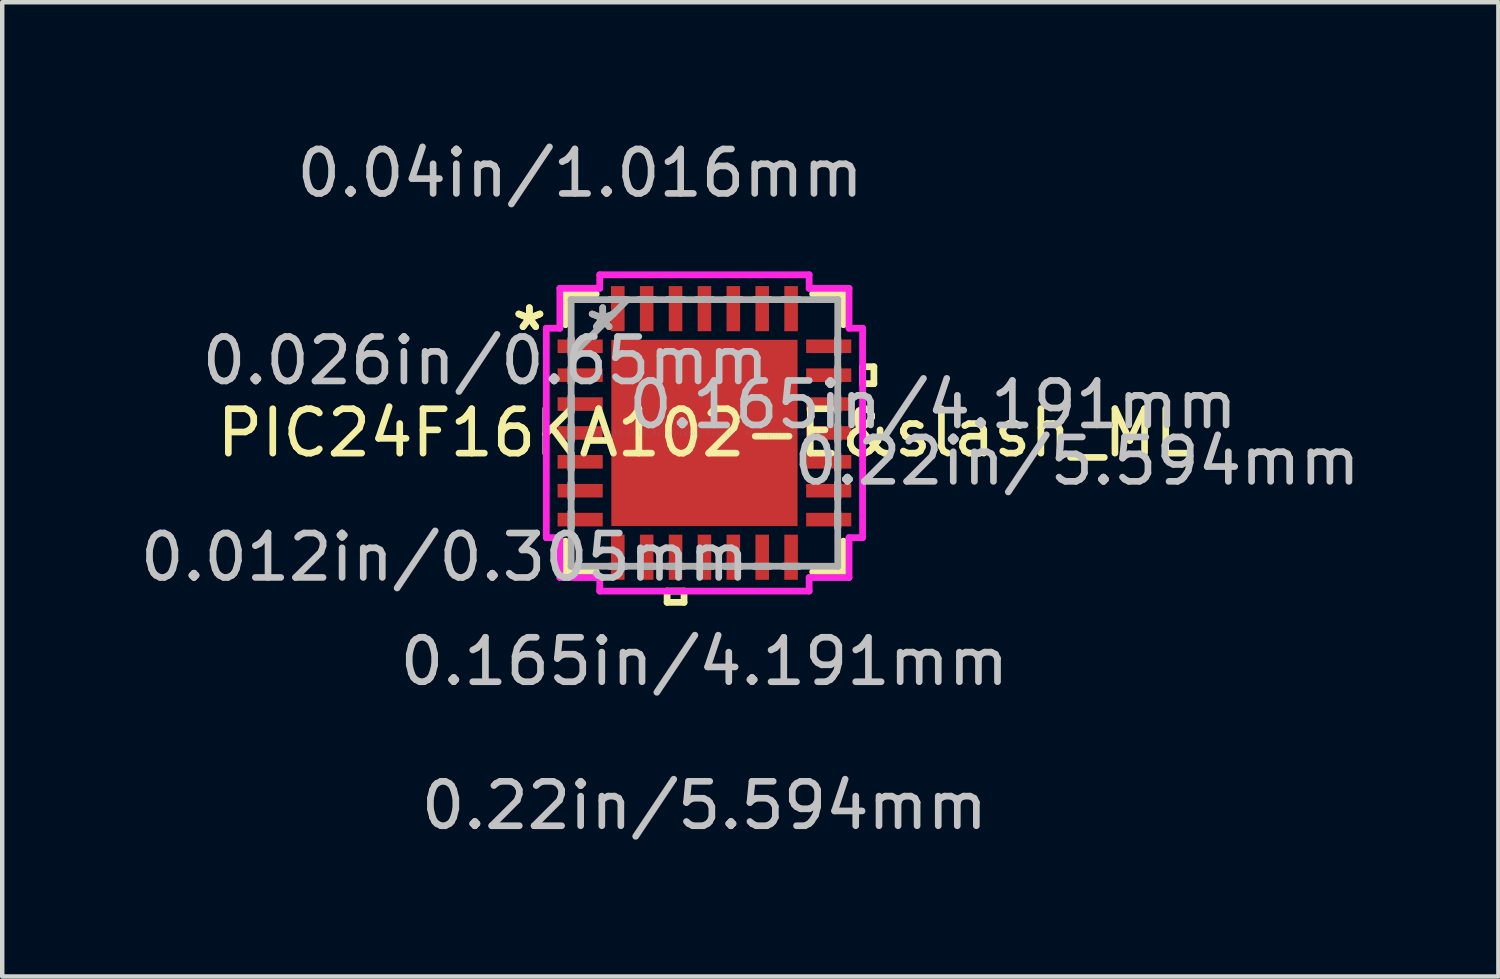
<source format=kicad_pcb>
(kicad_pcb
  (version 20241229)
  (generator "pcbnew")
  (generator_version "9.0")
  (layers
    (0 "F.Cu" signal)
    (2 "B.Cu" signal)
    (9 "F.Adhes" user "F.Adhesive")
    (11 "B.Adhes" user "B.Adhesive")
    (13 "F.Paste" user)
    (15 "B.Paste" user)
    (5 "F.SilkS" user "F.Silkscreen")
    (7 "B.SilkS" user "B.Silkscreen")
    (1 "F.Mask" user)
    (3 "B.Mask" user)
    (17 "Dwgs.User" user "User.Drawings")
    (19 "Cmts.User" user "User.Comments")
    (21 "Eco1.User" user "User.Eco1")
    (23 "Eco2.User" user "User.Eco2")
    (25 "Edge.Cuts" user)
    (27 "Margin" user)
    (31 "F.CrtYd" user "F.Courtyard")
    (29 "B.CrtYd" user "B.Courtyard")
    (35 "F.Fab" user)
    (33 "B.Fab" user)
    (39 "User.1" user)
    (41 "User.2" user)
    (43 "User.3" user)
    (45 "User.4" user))
  (footprint "PIC24F16KA102-E&slash_ML"
    (layer "F.Cu")
    (at 12.803 6.693)
    (property "Reference" "PIC24F16KA102-E&slash_ML" (at 0 0 0) (layer "F.SilkS") (effects (font (size 1 1) (thickness 0.15))))
    (attr through_hole)
    (fp_line (start -3.127 -3.127) (end -3.127 -2.435) (stroke (width 0.152) (type solid)) (layer "F.SilkS"))
    (fp_line (start -3.127 2.435) (end -3.127 3.127) (stroke (width 0.152) (type solid)) (layer "F.SilkS"))
    (fp_line (start -3.127 3.127) (end -2.435 3.127) (stroke (width 0.152) (type solid)) (layer "F.SilkS"))
    (fp_line (start -2.435 -3.127) (end -3.127 -3.127) (stroke (width 0.152) (type solid)) (layer "F.SilkS"))
    (fp_line (start -0.84 3.559) (end -0.84 3.813) (stroke (width 0.152) (type solid)) (layer "F.SilkS"))
    (fp_line (start -0.84 3.813) (end -0.459 3.813) (stroke (width 0.152) (type solid)) (layer "F.SilkS"))
    (fp_line (start -0.459 3.559) (end -0.84 3.559) (stroke (width 0.152) (type solid)) (layer "F.SilkS"))
    (fp_line (start -0.459 3.813) (end -0.459 3.559) (stroke (width 0.152) (type solid)) (layer "F.SilkS"))
    (fp_line (start 2.435 3.127) (end 3.127 3.127) (stroke (width 0.152) (type solid)) (layer "F.SilkS"))
    (fp_line (start 3.127 -3.127) (end 2.435 -3.127) (stroke (width 0.152) (type solid)) (layer "F.SilkS"))
    (fp_line (start 3.127 -2.435) (end 3.127 -3.127) (stroke (width 0.152) (type solid)) (layer "F.SilkS"))
    (fp_line (start 3.127 3.127) (end 3.127 2.435) (stroke (width 0.152) (type solid)) (layer "F.SilkS"))
    (fp_line (start 3.559 -1.49) (end 3.813 -1.49) (stroke (width 0.152) (type solid)) (layer "F.SilkS"))
    (fp_line (start 3.559 -1.109) (end 3.559 -1.49) (stroke (width 0.152) (type solid)) (layer "F.SilkS"))
    (fp_line (start 3.813 -1.49) (end 3.813 -1.109) (stroke (width 0.152) (type solid)) (layer "F.SilkS"))
    (fp_line (start 3.813 -1.109) (end 3.559 -1.109) (stroke (width 0.152) (type solid)) (layer "F.SilkS"))
    (fp_line (start -1.996 -1.996) (end -1.996 -0.798) (stroke (width 0.152) (type solid)) (layer "F.Paste"))
    (fp_line (start -1.996 -0.798) (end -0.798 -0.798) (stroke (width 0.152) (type solid)) (layer "F.Paste"))
    (fp_line (start -1.996 -0.599) (end -1.996 0.599) (stroke (width 0.152) (type solid)) (layer "F.Paste"))
    (fp_line (start -1.996 0.599) (end -0.798 0.599) (stroke (width 0.152) (type solid)) (layer "F.Paste"))
    (fp_line (start -1.996 0.798) (end -1.996 1.996) (stroke (width 0.152) (type solid)) (layer "F.Paste"))
    (fp_line (start -1.996 1.996) (end -0.798 1.996) (stroke (width 0.152) (type solid)) (layer "F.Paste"))
    (fp_line (start -0.798 -1.996) (end -1.996 -1.996) (stroke (width 0.152) (type solid)) (layer "F.Paste"))
    (fp_line (start -0.798 -0.798) (end -0.798 -1.996) (stroke (width 0.152) (type solid)) (layer "F.Paste"))
    (fp_line (start -0.798 -0.599) (end -1.996 -0.599) (stroke (width 0.152) (type solid)) (layer "F.Paste"))
    (fp_line (start -0.798 0.599) (end -0.798 -0.599) (stroke (width 0.152) (type solid)) (layer "F.Paste"))
    (fp_line (start -0.798 0.798) (end -1.996 0.798) (stroke (width 0.152) (type solid)) (layer "F.Paste"))
    (fp_line (start -0.798 1.996) (end -0.798 0.798) (stroke (width 0.152) (type solid)) (layer "F.Paste"))
    (fp_line (start -0.599 -1.996) (end -0.599 -0.798) (stroke (width 0.152) (type solid)) (layer "F.Paste"))
    (fp_line (start -0.599 -0.798) (end 0.599 -0.798) (stroke (width 0.152) (type solid)) (layer "F.Paste"))
    (fp_line (start -0.599 -0.599) (end -0.599 0.599) (stroke (width 0.152) (type solid)) (layer "F.Paste"))
    (fp_line (start -0.599 0.599) (end 0.599 0.599) (stroke (width 0.152) (type solid)) (layer "F.Paste"))
    (fp_line (start -0.599 0.798) (end -0.599 1.996) (stroke (width 0.152) (type solid)) (layer "F.Paste"))
    (fp_line (start -0.599 1.996) (end 0.599 1.996) (stroke (width 0.152) (type solid)) (layer "F.Paste"))
    (fp_line (start 0.599 -1.996) (end -0.599 -1.996) (stroke (width 0.152) (type solid)) (layer "F.Paste"))
    (fp_line (start 0.599 -0.798) (end 0.599 -1.996) (stroke (width 0.152) (type solid)) (layer "F.Paste"))
    (fp_line (start 0.599 -0.599) (end -0.599 -0.599) (stroke (width 0.152) (type solid)) (layer "F.Paste"))
    (fp_line (start 0.599 0.599) (end 0.599 -0.599) (stroke (width 0.152) (type solid)) (layer "F.Paste"))
    (fp_line (start 0.599 0.798) (end -0.599 0.798) (stroke (width 0.152) (type solid)) (layer "F.Paste"))
    (fp_line (start 0.599 1.996) (end 0.599 0.798) (stroke (width 0.152) (type solid)) (layer "F.Paste"))
    (fp_line (start 0.798 -1.996) (end 0.798 -0.798) (stroke (width 0.152) (type solid)) (layer "F.Paste"))
    (fp_line (start 0.798 -0.798) (end 1.996 -0.798) (stroke (width 0.152) (type solid)) (layer "F.Paste"))
    (fp_line (start 0.798 -0.599) (end 0.798 0.599) (stroke (width 0.152) (type solid)) (layer "F.Paste"))
    (fp_line (start 0.798 0.599) (end 1.996 0.599) (stroke (width 0.152) (type solid)) (layer "F.Paste"))
    (fp_line (start 0.798 0.798) (end 0.798 1.996) (stroke (width 0.152) (type solid)) (layer "F.Paste"))
    (fp_line (start 0.798 1.996) (end 1.996 1.996) (stroke (width 0.152) (type solid)) (layer "F.Paste"))
    (fp_line (start 1.996 -1.996) (end 0.798 -1.996) (stroke (width 0.152) (type solid)) (layer "F.Paste"))
    (fp_line (start 1.996 -0.798) (end 1.996 -1.996) (stroke (width 0.152) (type solid)) (layer "F.Paste"))
    (fp_line (start 1.996 -0.599) (end 0.798 -0.599) (stroke (width 0.152) (type solid)) (layer "F.Paste"))
    (fp_line (start 1.996 0.599) (end 1.996 -0.599) (stroke (width 0.152) (type solid)) (layer "F.Paste"))
    (fp_line (start 1.996 0.798) (end 0.798 0.798) (stroke (width 0.152) (type solid)) (layer "F.Paste"))
    (fp_line (start 1.996 1.996) (end 1.996 0.798) (stroke (width 0.152) (type solid)) (layer "F.Paste"))
    (fp_line (start -3.559 -2.356) (end -3.254 -2.356) (stroke (width 0.152) (type solid)) (layer "F.CrtYd"))
    (fp_line (start -3.559 2.356) (end -3.559 -2.356) (stroke (width 0.152) (type solid)) (layer "F.CrtYd"))
    (fp_line (start -3.254 -3.254) (end -2.356 -3.254) (stroke (width 0.152) (type solid)) (layer "F.CrtYd"))
    (fp_line (start -3.254 -2.356) (end -3.254 -3.254) (stroke (width 0.152) (type solid)) (layer "F.CrtYd"))
    (fp_line (start -3.254 2.356) (end -3.559 2.356) (stroke (width 0.152) (type solid)) (layer "F.CrtYd"))
    (fp_line (start -3.254 3.254) (end -3.254 2.356) (stroke (width 0.152) (type solid)) (layer "F.CrtYd"))
    (fp_line (start -2.356 -3.559) (end 2.356 -3.559) (stroke (width 0.152) (type solid)) (layer "F.CrtYd"))
    (fp_line (start -2.356 -3.254) (end -2.356 -3.559) (stroke (width 0.152) (type solid)) (layer "F.CrtYd"))
    (fp_line (start -2.356 3.254) (end -3.254 3.254) (stroke (width 0.152) (type solid)) (layer "F.CrtYd"))
    (fp_line (start -2.356 3.559) (end -2.356 3.254) (stroke (width 0.152) (type solid)) (layer "F.CrtYd"))
    (fp_line (start 2.356 -3.559) (end 2.356 -3.254) (stroke (width 0.152) (type solid)) (layer "F.CrtYd"))
    (fp_line (start 2.356 -3.254) (end 3.254 -3.254) (stroke (width 0.152) (type solid)) (layer "F.CrtYd"))
    (fp_line (start 2.356 3.254) (end 2.356 3.559) (stroke (width 0.152) (type solid)) (layer "F.CrtYd"))
    (fp_line (start 2.356 3.559) (end -2.356 3.559) (stroke (width 0.152) (type solid)) (layer "F.CrtYd"))
    (fp_line (start 3.254 -3.254) (end 3.254 -2.356) (stroke (width 0.152) (type solid)) (layer "F.CrtYd"))
    (fp_line (start 3.254 -2.356) (end 3.559 -2.356) (stroke (width 0.152) (type solid)) (layer "F.CrtYd"))
    (fp_line (start 3.254 2.356) (end 3.254 3.254) (stroke (width 0.152) (type solid)) (layer "F.CrtYd"))
    (fp_line (start 3.254 3.254) (end 2.356 3.254) (stroke (width 0.152) (type solid)) (layer "F.CrtYd"))
    (fp_line (start 3.559 -2.356) (end 3.559 2.356) (stroke (width 0.152) (type solid)) (layer "F.CrtYd"))
    (fp_line (start 3.559 2.356) (end 3.254 2.356) (stroke (width 0.152) (type solid)) (layer "F.CrtYd"))
    (fp_line (start -3 -3) (end -3 -3) (stroke (width 0.152) (type solid)) (layer "F.Fab"))
    (fp_line (start -3 -3) (end -3 3) (stroke (width 0.152) (type solid)) (layer "F.Fab"))
    (fp_line (start -3 -2.128) (end -3 -2.128) (stroke (width 0.152) (type solid)) (layer "F.Fab"))
    (fp_line (start -3 -2.128) (end -3 -1.772) (stroke (width 0.152) (type solid)) (layer "F.Fab"))
    (fp_line (start -3 -1.772) (end -3 -2.128) (stroke (width 0.152) (type solid)) (layer "F.Fab"))
    (fp_line (start -3 -1.772) (end -3 -1.772) (stroke (width 0.152) (type solid)) (layer "F.Fab"))
    (fp_line (start -3 -1.73) (end -1.73 -3) (stroke (width 0.152) (type solid)) (layer "F.Fab"))
    (fp_line (start -3 -1.478) (end -3 -1.478) (stroke (width 0.152) (type solid)) (layer "F.Fab"))
    (fp_line (start -3 -1.478) (end -3 -1.122) (stroke (width 0.152) (type solid)) (layer "F.Fab"))
    (fp_line (start -3 -1.122) (end -3 -1.478) (stroke (width 0.152) (type solid)) (layer "F.Fab"))
    (fp_line (start -3 -1.122) (end -3 -1.122) (stroke (width 0.152) (type solid)) (layer "F.Fab"))
    (fp_line (start -3 -0.828) (end -3 -0.828) (stroke (width 0.152) (type solid)) (layer "F.Fab"))
    (fp_line (start -3 -0.828) (end -3 -0.472) (stroke (width 0.152) (type solid)) (layer "F.Fab"))
    (fp_line (start -3 -0.472) (end -3 -0.828) (stroke (width 0.152) (type solid)) (layer "F.Fab"))
    (fp_line (start -3 -0.472) (end -3 -0.472) (stroke (width 0.152) (type solid)) (layer "F.Fab"))
    (fp_line (start -3 -0.178) (end -3 -0.178) (stroke (width 0.152) (type solid)) (layer "F.Fab"))
    (fp_line (start -3 -0.178) (end -3 0.178) (stroke (width 0.152) (type solid)) (layer "F.Fab"))
    (fp_line (start -3 0.178) (end -3 -0.178) (stroke (width 0.152) (type solid)) (layer "F.Fab"))
    (fp_line (start -3 0.178) (end -3 0.178) (stroke (width 0.152) (type solid)) (layer "F.Fab"))
    (fp_line (start -3 0.472) (end -3 0.472) (stroke (width 0.152) (type solid)) (layer "F.Fab"))
    (fp_line (start -3 0.472) (end -3 0.828) (stroke (width 0.152) (type solid)) (layer "F.Fab"))
    (fp_line (start -3 0.828) (end -3 0.472) (stroke (width 0.152) (type solid)) (layer "F.Fab"))
    (fp_line (start -3 0.828) (end -3 0.828) (stroke (width 0.152) (type solid)) (layer "F.Fab"))
    (fp_line (start -3 1.122) (end -3 1.122) (stroke (width 0.152) (type solid)) (layer "F.Fab"))
    (fp_line (start -3 1.122) (end -3 1.478) (stroke (width 0.152) (type solid)) (layer "F.Fab"))
    (fp_line (start -3 1.478) (end -3 1.122) (stroke (width 0.152) (type solid)) (layer "F.Fab"))
    (fp_line (start -3 1.478) (end -3 1.478) (stroke (width 0.152) (type solid)) (layer "F.Fab"))
    (fp_line (start -3 1.772) (end -3 1.772) (stroke (width 0.152) (type solid)) (layer "F.Fab"))
    (fp_line (start -3 1.772) (end -3 2.128) (stroke (width 0.152) (type solid)) (layer "F.Fab"))
    (fp_line (start -3 2.128) (end -3 1.772) (stroke (width 0.152) (type solid)) (layer "F.Fab"))
    (fp_line (start -3 2.128) (end -3 2.128) (stroke (width 0.152) (type solid)) (layer "F.Fab"))
    (fp_line (start -3 3) (end -3 3) (stroke (width 0.152) (type solid)) (layer "F.Fab"))
    (fp_line (start -3 3) (end 3 3) (stroke (width 0.152) (type solid)) (layer "F.Fab"))
    (fp_line (start -2.128 -3) (end -2.128 -3) (stroke (width 0.152) (type solid)) (layer "F.Fab"))
    (fp_line (start -2.128 -3) (end -1.772 -3) (stroke (width 0.152) (type solid)) (layer "F.Fab"))
    (fp_line (start -2.128 3) (end -2.128 3) (stroke (width 0.152) (type solid)) (layer "F.Fab"))
    (fp_line (start -2.128 3) (end -1.772 3) (stroke (width 0.152) (type solid)) (layer "F.Fab"))
    (fp_line (start -1.772 -3) (end -2.128 -3) (stroke (width 0.152) (type solid)) (layer "F.Fab"))
    (fp_line (start -1.772 -3) (end -1.772 -3) (stroke (width 0.152) (type solid)) (layer "F.Fab"))
    (fp_line (start -1.772 3) (end -2.128 3) (stroke (width 0.152) (type solid)) (layer "F.Fab"))
    (fp_line (start -1.772 3) (end -1.772 3) (stroke (width 0.152) (type solid)) (layer "F.Fab"))
    (fp_line (start -1.478 -3) (end -1.478 -3) (stroke (width 0.152) (type solid)) (layer "F.Fab"))
    (fp_line (start -1.478 -3) (end -1.122 -3) (stroke (width 0.152) (type solid)) (layer "F.Fab"))
    (fp_line (start -1.478 3) (end -1.478 3) (stroke (width 0.152) (type solid)) (layer "F.Fab"))
    (fp_line (start -1.478 3) (end -1.122 3) (stroke (width 0.152) (type solid)) (layer "F.Fab"))
    (fp_line (start -1.122 -3) (end -1.478 -3) (stroke (width 0.152) (type solid)) (layer "F.Fab"))
    (fp_line (start -1.122 -3) (end -1.122 -3) (stroke (width 0.152) (type solid)) (layer "F.Fab"))
    (fp_line (start -1.122 3) (end -1.478 3) (stroke (width 0.152) (type solid)) (layer "F.Fab"))
    (fp_line (start -1.122 3) (end -1.122 3) (stroke (width 0.152) (type solid)) (layer "F.Fab"))
    (fp_line (start -0.828 -3) (end -0.828 -3) (stroke (width 0.152) (type solid)) (layer "F.Fab"))
    (fp_line (start -0.828 -3) (end -0.472 -3) (stroke (width 0.152) (type solid)) (layer "F.Fab"))
    (fp_line (start -0.828 3) (end -0.828 3) (stroke (width 0.152) (type solid)) (layer "F.Fab"))
    (fp_line (start -0.828 3) (end -0.472 3) (stroke (width 0.152) (type solid)) (layer "F.Fab"))
    (fp_line (start -0.472 -3) (end -0.828 -3) (stroke (width 0.152) (type solid)) (layer "F.Fab"))
    (fp_line (start -0.472 -3) (end -0.472 -3) (stroke (width 0.152) (type solid)) (layer "F.Fab"))
    (fp_line (start -0.472 3) (end -0.828 3) (stroke (width 0.152) (type solid)) (layer "F.Fab"))
    (fp_line (start -0.472 3) (end -0.472 3) (stroke (width 0.152) (type solid)) (layer "F.Fab"))
    (fp_line (start -0.178 -3) (end -0.178 -3) (stroke (width 0.152) (type solid)) (layer "F.Fab"))
    (fp_line (start -0.178 -3) (end 0.178 -3) (stroke (width 0.152) (type solid)) (layer "F.Fab"))
    (fp_line (start -0.178 3) (end -0.178 3) (stroke (width 0.152) (type solid)) (layer "F.Fab"))
    (fp_line (start -0.178 3) (end 0.178 3) (stroke (width 0.152) (type solid)) (layer "F.Fab"))
    (fp_line (start 0.178 -3) (end -0.178 -3) (stroke (width 0.152) (type solid)) (layer "F.Fab"))
    (fp_line (start 0.178 -3) (end 0.178 -3) (stroke (width 0.152) (type solid)) (layer "F.Fab"))
    (fp_line (start 0.178 3) (end -0.178 3) (stroke (width 0.152) (type solid)) (layer "F.Fab"))
    (fp_line (start 0.178 3) (end 0.178 3) (stroke (width 0.152) (type solid)) (layer "F.Fab"))
    (fp_line (start 0.472 -3) (end 0.472 -3) (stroke (width 0.152) (type solid)) (layer "F.Fab"))
    (fp_line (start 0.472 -3) (end 0.828 -3) (stroke (width 0.152) (type solid)) (layer "F.Fab"))
    (fp_line (start 0.472 3) (end 0.472 3) (stroke (width 0.152) (type solid)) (layer "F.Fab"))
    (fp_line (start 0.472 3) (end 0.828 3) (stroke (width 0.152) (type solid)) (layer "F.Fab"))
    (fp_line (start 0.828 -3) (end 0.472 -3) (stroke (width 0.152) (type solid)) (layer "F.Fab"))
    (fp_line (start 0.828 -3) (end 0.828 -3) (stroke (width 0.152) (type solid)) (layer "F.Fab"))
    (fp_line (start 0.828 3) (end 0.472 3) (stroke (width 0.152) (type solid)) (layer "F.Fab"))
    (fp_line (start 0.828 3) (end 0.828 3) (stroke (width 0.152) (type solid)) (layer "F.Fab"))
    (fp_line (start 1.122 -3) (end 1.122 -3) (stroke (width 0.152) (type solid)) (layer "F.Fab"))
    (fp_line (start 1.122 -3) (end 1.478 -3) (stroke (width 0.152) (type solid)) (layer "F.Fab"))
    (fp_line (start 1.122 3) (end 1.122 3) (stroke (width 0.152) (type solid)) (layer "F.Fab"))
    (fp_line (start 1.122 3) (end 1.478 3) (stroke (width 0.152) (type solid)) (layer "F.Fab"))
    (fp_line (start 1.478 -3) (end 1.122 -3) (stroke (width 0.152) (type solid)) (layer "F.Fab"))
    (fp_line (start 1.478 -3) (end 1.478 -3) (stroke (width 0.152) (type solid)) (layer "F.Fab"))
    (fp_line (start 1.478 3) (end 1.122 3) (stroke (width 0.152) (type solid)) (layer "F.Fab"))
    (fp_line (start 1.478 3) (end 1.478 3) (stroke (width 0.152) (type solid)) (layer "F.Fab"))
    (fp_line (start 1.772 -3) (end 1.772 -3) (stroke (width 0.152) (type solid)) (layer "F.Fab"))
    (fp_line (start 1.772 -3) (end 2.128 -3) (stroke (width 0.152) (type solid)) (layer "F.Fab"))
    (fp_line (start 1.772 3) (end 1.772 3) (stroke (width 0.152) (type solid)) (layer "F.Fab"))
    (fp_line (start 1.772 3) (end 2.128 3) (stroke (width 0.152) (type solid)) (layer "F.Fab"))
    (fp_line (start 2.128 -3) (end 1.772 -3) (stroke (width 0.152) (type solid)) (layer "F.Fab"))
    (fp_line (start 2.128 -3) (end 2.128 -3) (stroke (width 0.152) (type solid)) (layer "F.Fab"))
    (fp_line (start 2.128 3) (end 1.772 3) (stroke (width 0.152) (type solid)) (layer "F.Fab"))
    (fp_line (start 2.128 3) (end 2.128 3) (stroke (width 0.152) (type solid)) (layer "F.Fab"))
    (fp_line (start 3 -3) (end -3 -3) (stroke (width 0.152) (type solid)) (layer "F.Fab"))
    (fp_line (start 3 -3) (end 3 -3) (stroke (width 0.152) (type solid)) (layer "F.Fab"))
    (fp_line (start 3 -2.128) (end 3 -2.128) (stroke (width 0.152) (type solid)) (layer "F.Fab"))
    (fp_line (start 3 -2.128) (end 3 -1.772) (stroke (width 0.152) (type solid)) (layer "F.Fab"))
    (fp_line (start 3 -1.772) (end 3 -2.128) (stroke (width 0.152) (type solid)) (layer "F.Fab"))
    (fp_line (start 3 -1.772) (end 3 -1.772) (stroke (width 0.152) (type solid)) (layer "F.Fab"))
    (fp_line (start 3 -1.478) (end 3 -1.478) (stroke (width 0.152) (type solid)) (layer "F.Fab"))
    (fp_line (start 3 -1.478) (end 3 -1.122) (stroke (width 0.152) (type solid)) (layer "F.Fab"))
    (fp_line (start 3 -1.122) (end 3 -1.478) (stroke (width 0.152) (type solid)) (layer "F.Fab"))
    (fp_line (start 3 -1.122) (end 3 -1.122) (stroke (width 0.152) (type solid)) (layer "F.Fab"))
    (fp_line (start 3 -0.828) (end 3 -0.828) (stroke (width 0.152) (type solid)) (layer "F.Fab"))
    (fp_line (start 3 -0.828) (end 3 -0.472) (stroke (width 0.152) (type solid)) (layer "F.Fab"))
    (fp_line (start 3 -0.472) (end 3 -0.828) (stroke (width 0.152) (type solid)) (layer "F.Fab"))
    (fp_line (start 3 -0.472) (end 3 -0.472) (stroke (width 0.152) (type solid)) (layer "F.Fab"))
    (fp_line (start 3 -0.178) (end 3 -0.178) (stroke (width 0.152) (type solid)) (layer "F.Fab"))
    (fp_line (start 3 -0.178) (end 3 0.178) (stroke (width 0.152) (type solid)) (layer "F.Fab"))
    (fp_line (start 3 0.178) (end 3 -0.178) (stroke (width 0.152) (type solid)) (layer "F.Fab"))
    (fp_line (start 3 0.178) (end 3 0.178) (stroke (width 0.152) (type solid)) (layer "F.Fab"))
    (fp_line (start 3 0.472) (end 3 0.472) (stroke (width 0.152) (type solid)) (layer "F.Fab"))
    (fp_line (start 3 0.472) (end 3 0.828) (stroke (width 0.152) (type solid)) (layer "F.Fab"))
    (fp_line (start 3 0.828) (end 3 0.472) (stroke (width 0.152) (type solid)) (layer "F.Fab"))
    (fp_line (start 3 0.828) (end 3 0.828) (stroke (width 0.152) (type solid)) (layer "F.Fab"))
    (fp_line (start 3 1.122) (end 3 1.122) (stroke (width 0.152) (type solid)) (layer "F.Fab"))
    (fp_line (start 3 1.122) (end 3 1.478) (stroke (width 0.152) (type solid)) (layer "F.Fab"))
    (fp_line (start 3 1.478) (end 3 1.122) (stroke (width 0.152) (type solid)) (layer "F.Fab"))
    (fp_line (start 3 1.478) (end 3 1.478) (stroke (width 0.152) (type solid)) (layer "F.Fab"))
    (fp_line (start 3 1.772) (end 3 1.772) (stroke (width 0.152) (type solid)) (layer "F.Fab"))
    (fp_line (start 3 1.772) (end 3 2.128) (stroke (width 0.152) (type solid)) (layer "F.Fab"))
    (fp_line (start 3 2.128) (end 3 1.772) (stroke (width 0.152) (type solid)) (layer "F.Fab"))
    (fp_line (start 3 2.128) (end 3 2.128) (stroke (width 0.152) (type solid)) (layer "F.Fab"))
    (fp_line (start 3 3) (end 3 -3) (stroke (width 0.152) (type solid)) (layer "F.Fab"))
    (fp_line (start 3 3) (end 3 3) (stroke (width 0.152) (type solid)) (layer "F.Fab"))
    (fp_text user "*" (at -3.94 -2.275 0) (layer "F.SilkS") (effects (font (size 1 1) (thickness 0.15))))
    (fp_text user "*" (at -3.94 -2.275 0) (layer "F.SilkS") (effects (font (size 1 1) (thickness 0.15))))
    (fp_text user "0.165in/4.191mm" (at 0 5.144 0) (layer "Dwgs.User") (effects (font (size 1 1) (thickness 0.15))))
    (fp_text user "0.22in/5.594mm" (at 8.385 0.635 0) (layer "Dwgs.User") (effects (font (size 1 1) (thickness 0.15))))
    (fp_text user "0.165in/4.191mm" (at 5.144 -0.635 0) (layer "Dwgs.User") (effects (font (size 1 1) (thickness 0.15))))
    (fp_text user "0.012in/0.305mm" (at -5.845 2.797 0) (layer "Dwgs.User") (effects (font (size 1 1) (thickness 0.15))))
    (fp_text user "0.22in/5.594mm" (at 0 8.385 0) (layer "Dwgs.User") (effects (font (size 1 1) (thickness 0.15))))
    (fp_text user "0.04in/1.016mm" (at -2.797 -5.845 0) (layer "Dwgs.User") (effects (font (size 1 1) (thickness 0.15))))
    (fp_text user "0.026in/0.65mm" (at -4.93 -1.625 0) (layer "Dwgs.User") (effects (font (size 1 1) (thickness 0.15))))
    (fp_text user "Copyright 2016 Accelerated Designs. All rights reserved." (at 0 0 0) (layer "Cmts.User") (effects (font (size 0.127 0.127) (thickness 0.002))))
    (fp_text user "*" (at -2.289 -2.275 0) (layer "F.Fab") (effects (font (size 1 1) (thickness 0.15))))
    (fp_text user "*" (at -2.289 -2.275 0) (layer "F.Fab") (effects (font (size 1 1) (thickness 0.15))))
    (pad "1" smd rect (at -2.797 -1.95 90) (size 0.305 1.016) (layers "F.Cu" "F.Mask" "F.Paste"))
    (pad "2" smd rect (at -2.797 -1.3 90) (size 0.305 1.016) (layers "F.Cu" "F.Mask" "F.Paste"))
    (pad "3" smd rect (at -2.797 -0.65 90) (size 0.305 1.016) (layers "F.Cu" "F.Mask" "F.Paste"))
    (pad "4" smd rect (at -2.797 0 90) (size 0.305 1.016) (layers "F.Cu" "F.Mask" "F.Paste"))
    (pad "5" smd rect (at -2.797 0.65 90) (size 0.305 1.016) (layers "F.Cu" "F.Mask" "F.Paste"))
    (pad "6" smd rect (at -2.797 1.3 90) (size 0.305 1.016) (layers "F.Cu" "F.Mask" "F.Paste"))
    (pad "7" smd rect (at -2.797 1.95 90) (size 0.305 1.016) (layers "F.Cu" "F.Mask" "F.Paste"))
    (pad "8" smd rect (at -1.95 2.797) (size 0.305 1.016) (layers "F.Cu" "F.Mask" "F.Paste"))
    (pad "9" smd rect (at -1.3 2.797) (size 0.305 1.016) (layers "F.Cu" "F.Mask" "F.Paste"))
    (pad "10" smd rect (at -0.65 2.797) (size 0.305 1.016) (layers "F.Cu" "F.Mask" "F.Paste"))
    (pad "11" smd rect (at 0 2.797) (size 0.305 1.016) (layers "F.Cu" "F.Mask" "F.Paste"))
    (pad "12" smd rect (at 0.65 2.797) (size 0.305 1.016) (layers "F.Cu" "F.Mask" "F.Paste"))
    (pad "13" smd rect (at 1.3 2.797) (size 0.305 1.016) (layers "F.Cu" "F.Mask" "F.Paste"))
    (pad "14" smd rect (at 1.95 2.797) (size 0.305 1.016) (layers "F.Cu" "F.Mask" "F.Paste"))
    (pad "15" smd rect (at 2.797 1.95 90) (size 0.305 1.016) (layers "F.Cu" "F.Mask" "F.Paste"))
    (pad "16" smd rect (at 2.797 1.3 90) (size 0.305 1.016) (layers "F.Cu" "F.Mask" "F.Paste"))
    (pad "17" smd rect (at 2.797 0.65 90) (size 0.305 1.016) (layers "F.Cu" "F.Mask" "F.Paste"))
    (pad "18" smd rect (at 2.797 0 90) (size 0.305 1.016) (layers "F.Cu" "F.Mask" "F.Paste"))
    (pad "19" smd rect (at 2.797 -0.65 90) (size 0.305 1.016) (layers "F.Cu" "F.Mask" "F.Paste"))
    (pad "20" smd rect (at 2.797 -1.3 90) (size 0.305 1.016) (layers "F.Cu" "F.Mask" "F.Paste"))
    (pad "21" smd rect (at 2.797 -1.95 90) (size 0.305 1.016) (layers "F.Cu" "F.Mask" "F.Paste"))
    (pad "22" smd rect (at 1.95 -2.797) (size 0.305 1.016) (layers "F.Cu" "F.Mask" "F.Paste"))
    (pad "23" smd rect (at 1.3 -2.797) (size 0.305 1.016) (layers "F.Cu" "F.Mask" "F.Paste"))
    (pad "24" smd rect (at 0.65 -2.797) (size 0.305 1.016) (layers "F.Cu" "F.Mask" "F.Paste"))
    (pad "25" smd rect (at 0 -2.797) (size 0.305 1.016) (layers "F.Cu" "F.Mask" "F.Paste"))
    (pad "26" smd rect (at -0.65 -2.797) (size 0.305 1.016) (layers "F.Cu" "F.Mask" "F.Paste"))
    (pad "27" smd rect (at -1.3 -2.797) (size 0.305 1.016) (layers "F.Cu" "F.Mask" "F.Paste"))
    (pad "28" smd rect (at -1.95 -2.797) (size 0.305 1.016) (layers "F.Cu" "F.Mask" "F.Paste"))
    (pad "29" smd rect (at 0 0) (size 4.191 4.191) (layers "F.Cu" "F.Mask" "F.Paste")))
  (gr_rect
    (start -3 -3)
    (end 30.67 18.926)
    (stroke (width 0.1) (type default))
    (fill no)
    (layer "Edge.Cuts")))
</source>
